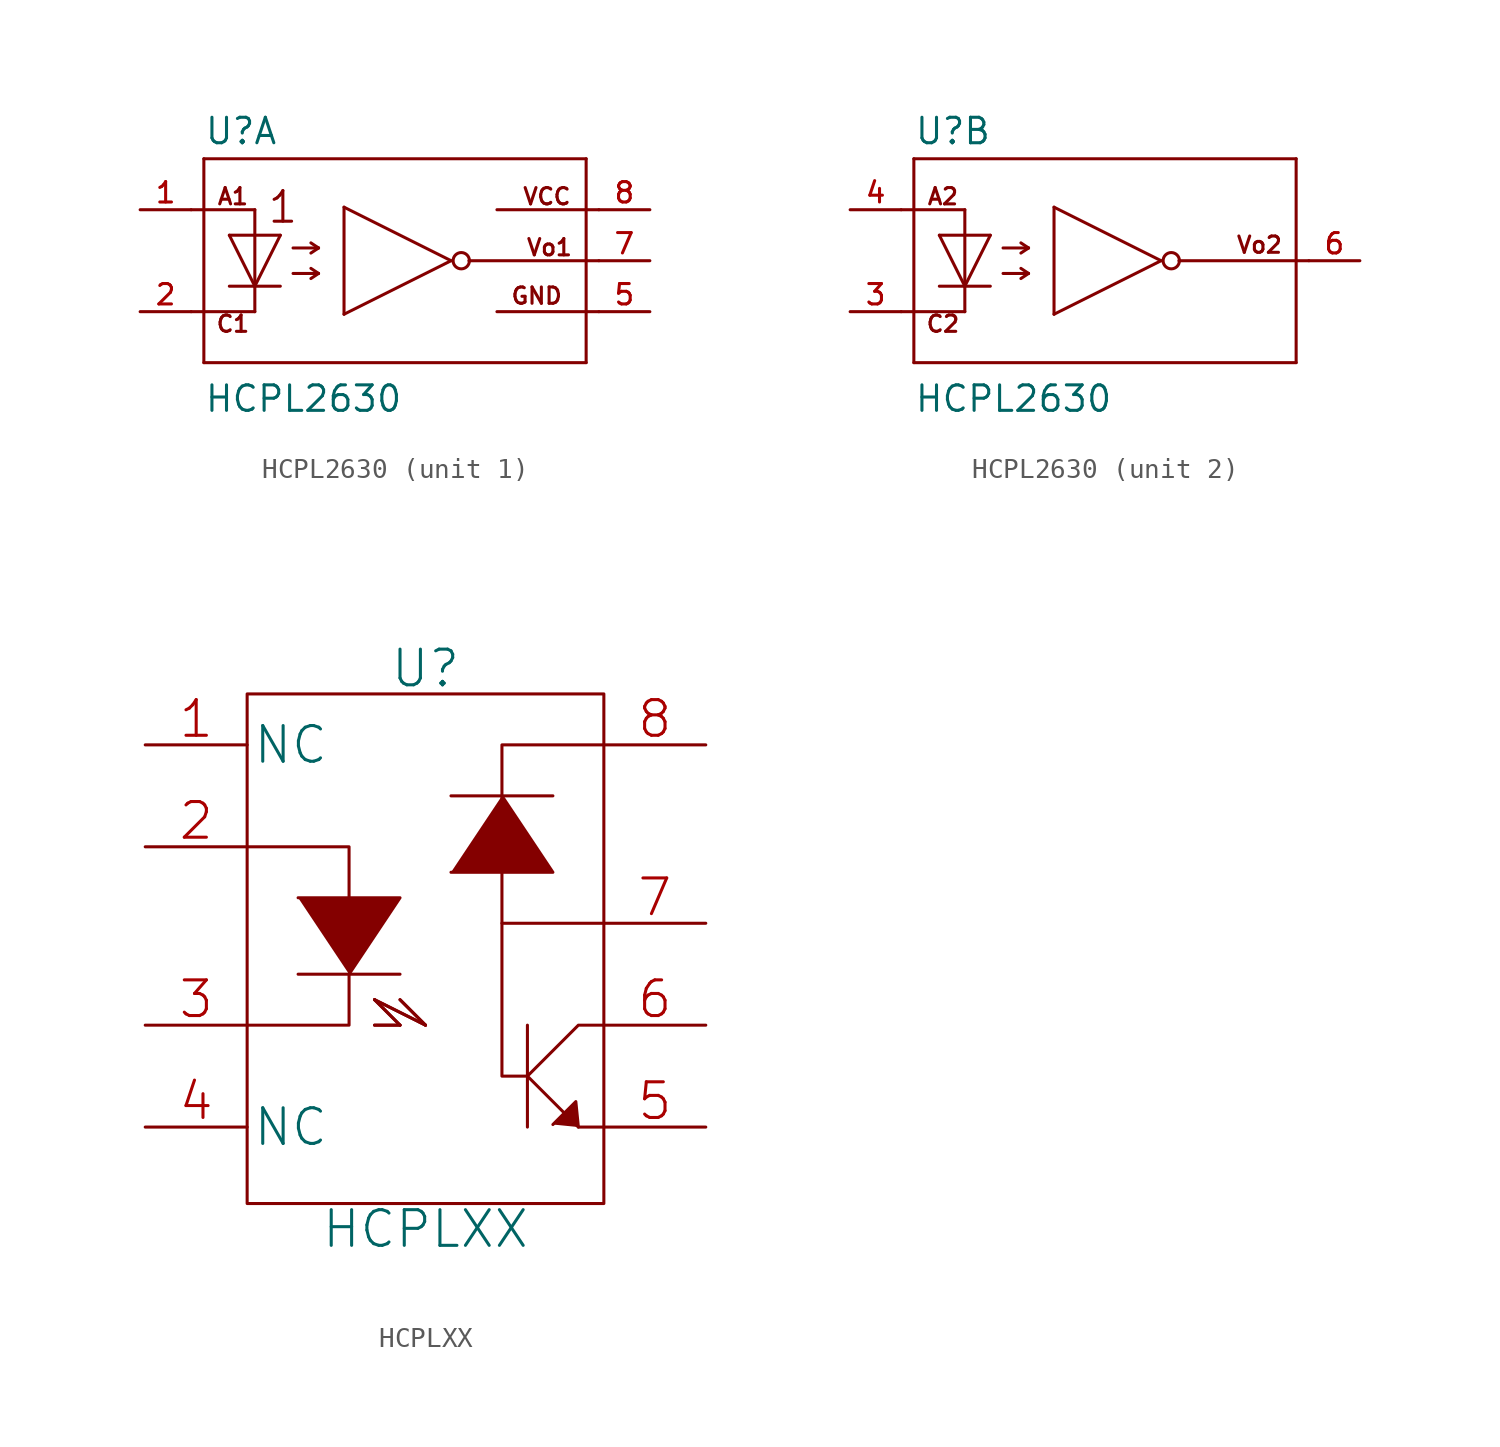
<source format=kicad_sym>
(kicad_symbol_lib
  (version 20220914)
  (generator kicad_symbol_editor)
  (symbol "HCPL2630"
    (pin_names
      (offset 1.016))
    (property "Reference" "U"
      (at -9.525 5.715 0)
      (effects (font (size 1.27 1.27)) (justify left bottom)))
    (property "Value" "HCPL2630"
      (at -9.525 -7.62 0)
      (effects (font (size 1.27 1.27)) (justify left bottom)))
    (property "Datasheet" ""
      (at 0 0 0)
      (effects (font (size 1.524 1.524))))
    (property "ki_locked" ""
      (at 0 0 0)
      (effects (font (size 1.27 1.27))))
    (symbol "HCPL2630_1_0"
      (polyline (pts (xy -10.16 -2.54) (xy -6.985 -2.54)) (stroke (width 0) (type default)) (fill (type none)))
      (polyline (pts (xy -10.16 2.54) (xy -6.985 2.54)) (stroke (width 0) (type default)) (fill (type none)))
      (polyline (pts (xy -9.525 5.08) (xy -9.525 -5.08)) (stroke (width 0) (type default)) (fill (type none)))
      (polyline (pts (xy -6.985 -2.54) (xy -6.985 -1.27)) (stroke (width 0) (type default)) (fill (type none)))
      (polyline (pts (xy -6.985 -1.27) (xy -8.255 -1.27)) (stroke (width 0) (type default)) (fill (type none)))
      (polyline (pts (xy -6.985 -1.27) (xy -8.255 1.27)) (stroke (width 0) (type default)) (fill (type none)))
      (polyline (pts (xy -6.985 1.27) (xy -8.255 1.27)) (stroke (width 0) (type default)) (fill (type none)))
      (polyline (pts (xy -6.985 1.27) (xy -6.985 -1.27)) (stroke (width 0) (type default)) (fill (type none)))
      (polyline (pts (xy -6.985 1.27) (xy -6.985 2.54)) (stroke (width 0) (type default)) (fill (type none)))
      (polyline (pts (xy -5.715 -1.27) (xy -6.985 -1.27)) (stroke (width 0) (type default)) (fill (type none)))
      (polyline (pts (xy -5.715 1.27) (xy -6.985 -1.27)) (stroke (width 0) (type default)) (fill (type none)))
      (polyline (pts (xy -5.715 1.27) (xy -6.985 1.27)) (stroke (width 0) (type default)) (fill (type none)))
      (polyline (pts (xy -5.08 -0.635) (xy -3.81 -0.635)) (stroke (width 0) (type default)) (fill (type none)))
      (polyline (pts (xy -5.08 0.635) (xy -3.81 0.635)) (stroke (width 0) (type default)) (fill (type none)))
      (polyline (pts (xy -3.81 -0.635) (xy -4.191 -0.889)) (stroke (width 0) (type default)) (fill (type none)))
      (polyline (pts (xy -3.81 -0.635) (xy -4.191 -0.381)) (stroke (width 0) (type default)) (fill (type none)))
      (polyline (pts (xy -3.81 0.635) (xy -4.191 0.381)) (stroke (width 0) (type default)) (fill (type none)))
      (polyline (pts (xy -3.81 0.635) (xy -4.191 0.889)) (stroke (width 0) (type default)) (fill (type none)))
      (polyline (pts (xy -2.54 -2.667) (xy -2.54 2.667)) (stroke (width 0) (type default)) (fill (type none)))
      (polyline (pts (xy -2.54 -2.667) (xy 2.794 0)) (stroke (width 0) (type default)) (fill (type none)))
      (polyline (pts (xy -2.54 2.667) (xy 2.794 0)) (stroke (width 0) (type default)) (fill (type none)))
      (polyline (pts (xy 3.683 0) (xy 10.16 0)) (stroke (width 0) (type default)) (fill (type none)))
      (polyline (pts (xy 5.08 -2.54) (xy 10.16 -2.54)) (stroke (width 0) (type default)) (fill (type none)))
      (polyline (pts (xy 5.08 2.54) (xy 10.16 2.54)) (stroke (width 0) (type default)) (fill (type none)))
      (polyline (pts (xy 9.525 -5.08) (xy -9.525 -5.08)) (stroke (width 0) (type default)) (fill (type none)))
      (polyline (pts (xy 9.525 5.08) (xy -9.525 5.08)) (stroke (width 0) (type default)) (fill (type none)))
      (polyline (pts (xy 9.525 5.08) (xy 9.525 -5.08)) (stroke (width 0) (type default)) (fill (type none)))
      (text "1" (at -5.588 2.667 0) (effects (font (size 1.524 1.524))))
      (text "A1" (at -8.077 3.2 0) (effects (font (size 0.813 0.813))))
      (text "C1" (at -8.077 -3.15 0) (effects (font (size 0.813 0.813))))
      (text "GND" (at 7.061 -1.753 0) (effects (font (size 0.813 0.813))))
      (text "VCC" (at 7.569 3.2 0) (effects (font (size 0.813 0.813))))
      (text "Vo1" (at 7.696 0.66 0) (effects (font (size 0.813 0.813)))))
    (symbol "HCPL2630_1_1"
      (circle (center 3.302 0) (radius 0.406) (stroke (width 0) (type default)) (fill (type none)))
      (pin passive line (at -12.7 2.54 0) (length 2.54) (name "~" (effects (font (size 1.016 1.016)))) (number "1" (effects (font (size 1.016 1.016)))))
      (pin passive line (at -12.7 -2.54 0) (length 2.54) (name "~" (effects (font (size 1.016 1.016)))) (number "2" (effects (font (size 1.016 1.016)))))
      (pin passive line (at 12.7 -2.54 180) (length 2.54) (name "~" (effects (font (size 1.016 1.016)))) (number "5" (effects (font (size 1.016 1.016)))))
      (pin passive line (at 12.7 0 180) (length 2.54) (name "~" (effects (font (size 1.016 1.016)))) (number "7" (effects (font (size 1.016 1.016)))))
      (pin passive line (at 12.7 2.54 180) (length 2.54) (name "~" (effects (font (size 1.016 1.016)))) (number "8" (effects (font (size 1.016 1.016))))))
    (symbol "HCPL2630_2_0"
      (polyline (pts (xy -10.16 -2.54) (xy -6.985 -2.54)) (stroke (width 0) (type default)) (fill (type none)))
      (polyline (pts (xy -10.16 2.54) (xy -6.985 2.54)) (stroke (width 0) (type default)) (fill (type none)))
      (polyline (pts (xy -9.525 5.08) (xy -9.525 -5.08)) (stroke (width 0) (type default)) (fill (type none)))
      (polyline (pts (xy -6.985 -2.54) (xy -6.985 -1.27)) (stroke (width 0) (type default)) (fill (type none)))
      (polyline (pts (xy -6.985 -1.27) (xy -8.255 -1.27)) (stroke (width 0) (type default)) (fill (type none)))
      (polyline (pts (xy -6.985 -1.27) (xy -8.255 1.27)) (stroke (width 0) (type default)) (fill (type none)))
      (polyline (pts (xy -6.985 1.27) (xy -8.255 1.27)) (stroke (width 0) (type default)) (fill (type none)))
      (polyline (pts (xy -6.985 1.27) (xy -6.985 -1.27)) (stroke (width 0) (type default)) (fill (type none)))
      (polyline (pts (xy -6.985 1.27) (xy -6.985 2.54)) (stroke (width 0) (type default)) (fill (type none)))
      (polyline (pts (xy -5.715 -1.27) (xy -6.985 -1.27)) (stroke (width 0) (type default)) (fill (type none)))
      (polyline (pts (xy -5.715 1.27) (xy -6.985 -1.27)) (stroke (width 0) (type default)) (fill (type none)))
      (polyline (pts (xy -5.715 1.27) (xy -6.985 1.27)) (stroke (width 0) (type default)) (fill (type none)))
      (polyline (pts (xy -5.08 -0.635) (xy -3.81 -0.635)) (stroke (width 0) (type default)) (fill (type none)))
      (polyline (pts (xy -5.08 0.635) (xy -3.81 0.635)) (stroke (width 0) (type default)) (fill (type none)))
      (polyline (pts (xy -3.81 -0.635) (xy -4.191 -0.889)) (stroke (width 0) (type default)) (fill (type none)))
      (polyline (pts (xy -3.81 -0.635) (xy -4.191 -0.381)) (stroke (width 0) (type default)) (fill (type none)))
      (polyline (pts (xy -3.81 0.635) (xy -4.191 0.381)) (stroke (width 0) (type default)) (fill (type none)))
      (polyline (pts (xy -3.81 0.635) (xy -4.191 0.889)) (stroke (width 0) (type default)) (fill (type none)))
      (polyline (pts (xy -2.54 -2.667) (xy -2.54 2.667)) (stroke (width 0) (type default)) (fill (type none)))
      (polyline (pts (xy -2.54 -2.667) (xy 2.794 0)) (stroke (width 0) (type default)) (fill (type none)))
      (polyline (pts (xy -2.54 2.667) (xy 2.794 0)) (stroke (width 0) (type default)) (fill (type none)))
      (polyline (pts (xy 3.683 0) (xy 10.16 0)) (stroke (width 0) (type default)) (fill (type none)))
      (polyline (pts (xy 9.525 -5.08) (xy -9.525 -5.08)) (stroke (width 0) (type default)) (fill (type none)))
      (polyline (pts (xy 9.525 5.08) (xy -9.525 5.08)) (stroke (width 0) (type default)) (fill (type none)))
      (polyline (pts (xy 9.525 5.08) (xy 9.525 -5.08)) (stroke (width 0) (type default)) (fill (type none)))
      (text "A2" (at -8.077 3.2 0) (effects (font (size 0.813 0.813))))
      (text "C2" (at -8.077 -3.15 0) (effects (font (size 0.813 0.813))))
      (text "Vo2" (at 7.696 0.787 0) (effects (font (size 0.813 0.813)))))
    (symbol "HCPL2630_2_1"
      (circle (center 3.302 0) (radius 0.406) (stroke (width 0) (type default)) (fill (type none)))
      (pin passive line (at -12.7 -2.54 0) (length 2.54) (name "~" (effects (font (size 1.016 1.016)))) (number "3" (effects (font (size 1.016 1.016)))))
      (pin passive line (at -12.7 2.54 0) (length 2.54) (name "~" (effects (font (size 1.016 1.016)))) (number "4" (effects (font (size 1.016 1.016)))))
      (pin passive line (at 12.7 0 180) (length 2.54) (name "~" (effects (font (size 1.016 1.016)))) (number "6" (effects (font (size 1.016 1.016)))))))
  (symbol "HCPLXX"
    (pin_names
      (offset 0.254))
    (property "Reference" "U"
      (at 0 13.97 0)
      (effects (font (size 1.778 1.778))))
    (property "Value" "HCPLXX"
      (at 0 -13.97 0)
      (effects (font (size 1.778 1.778))))
    (property "Footprint" ""
      (at 0 0 0)
      (effects (font (size 1.524 1.524))))
    (property "Datasheet" ""
      (at 0 0 0)
      (effects (font (size 1.524 1.524))))
    (symbol "HCPLXX_0_0"
      (polyline (pts (xy -6.35 -1.27) (xy -1.27 -1.27)) (stroke (width 0) (type default)) (fill (type none)))
      (polyline (pts (xy -2.54 -2.54) (xy -1.27 -3.81)) (stroke (width 0) (type default)) (fill (type none)))
      (polyline (pts (xy -2.54 -2.54) (xy -1.27 -3.81)) (stroke (width 0) (type default)) (fill (type none)))
      (polyline (pts (xy -2.54 -2.54) (xy 0 -3.81)) (stroke (width 0) (type default)) (fill (type none)))
      (polyline (pts (xy -2.54 -2.54) (xy 0 -3.81)) (stroke (width 0) (type default)) (fill (type none)))
      (polyline (pts (xy -1.27 -3.81) (xy -1.27 -3.81) (xy -2.54 -3.81)) (stroke (width 0) (type default)) (fill (type none)))
      (polyline (pts (xy -1.27 -3.81) (xy -1.27 -3.81) (xy -2.54 -3.81)) (stroke (width 0) (type default)) (fill (type none)))
      (polyline (pts (xy -1.27 -2.54) (xy 0 -3.81) (xy -1.27 -2.54)) (stroke (width 0) (type default)) (fill (type none)))
      (polyline (pts (xy -1.27 -2.54) (xy 0 -3.81) (xy -1.27 -2.54)) (stroke (width 0) (type default)) (fill (type none))))
    (symbol "HCPLXX_0_1"
      (rectangle (start -8.89 12.7) (end 8.89 -12.7) (stroke (width 0) (type default)) (fill (type none)))
      (polyline (pts (xy 5.08 -3.81) (xy 5.08 -8.89)) (stroke (width 0) (type default)) (fill (type none)))
      (polyline (pts (xy 5.08 5.08) (xy 5.08 5.08)) (stroke (width 0) (type default)) (fill (type outline)))
      (polyline (pts (xy -8.89 5.08) (xy -3.81 5.08) (xy -3.81 2.54)) (stroke (width 0) (type default)) (fill (type none)))
      (polyline (pts (xy -6.35 2.54) (xy -1.27 2.54) (xy -3.81 -1.27)) (stroke (width 0) (type default)) (fill (type outline)))
      (polyline (pts (xy -3.81 -1.27) (xy -3.81 -3.81) (xy -8.89 -3.81)) (stroke (width 0) (type default)) (fill (type none)))
      (polyline (pts (xy 1.27 7.62) (xy 6.35 7.62) (xy 6.35 7.62)) (stroke (width 0) (type default)) (fill (type background)))
      (polyline (pts (xy 5.08 -6.35) (xy 7.62 -8.89) (xy 8.89 -8.89)) (stroke (width 0) (type default)) (fill (type none)))
      (polyline (pts (xy 5.08 -6.35) (xy 7.62 -3.81) (xy 8.89 -3.81)) (stroke (width 0) (type default)) (fill (type none)))
      (polyline (pts (xy 7.62 -8.89) (xy 7.493 -7.62) (xy 6.35 -8.763)) (stroke (width 0) (type default)) (fill (type outline)))
      (polyline (pts (xy 1.27 3.81) (xy 6.35 3.81) (xy 3.81 7.62) (xy 3.81 7.62)) (stroke (width 0) (type default)) (fill (type outline)))
      (polyline (pts (xy 3.81 1.27) (xy 3.81 10.16) (xy 8.89 10.16) (xy 8.89 10.16)) (stroke (width 0) (type default)) (fill (type none)))
      (polyline (pts (xy 5.08 -6.35) (xy 3.81 -6.35) (xy 3.81 1.27) (xy 8.89 1.27)) (stroke (width 0) (type default)) (fill (type none))))
    (symbol "HCPLXX_1_1"
      (pin unspecified line (at -13.97 10.16 0) (length 5.08) (name "NC" (effects (font (size 1.778 1.778)))) (number "1" (effects (font (size 1.778 1.778)))))
      (pin input line (at -13.97 5.08 0) (length 5.08) (name "~" (effects (font (size 1.778 1.778)))) (number "2" (effects (font (size 1.778 1.778)))))
      (pin output line (at -13.97 -3.81 0) (length 5.08) (name "~" (effects (font (size 1.778 1.778)))) (number "3" (effects (font (size 1.778 1.778)))))
      (pin input line (at -13.97 -8.89 0) (length 5.08) (name "NC" (effects (font (size 1.778 1.778)))) (number "4" (effects (font (size 1.778 1.778)))))
      (pin input line (at 13.97 -8.89 180) (length 5.08) (name "~" (effects (font (size 1.778 1.778)))) (number "5" (effects (font (size 1.778 1.778)))))
      (pin input line (at 13.97 -3.81 180) (length 5.08) (name "~" (effects (font (size 1.778 1.778)))) (number "6" (effects (font (size 1.778 1.778)))))
      (pin unspecified line (at 13.97 1.27 180) (length 5.08) (name "~" (effects (font (size 1.778 1.778)))) (number "7" (effects (font (size 1.778 1.778)))))
      (pin input line (at 13.97 10.16 180) (length 5.08) (name "~" (effects (font (size 1.778 1.778)))) (number "8" (effects (font (size 1.778 1.778))))))))
</source>
